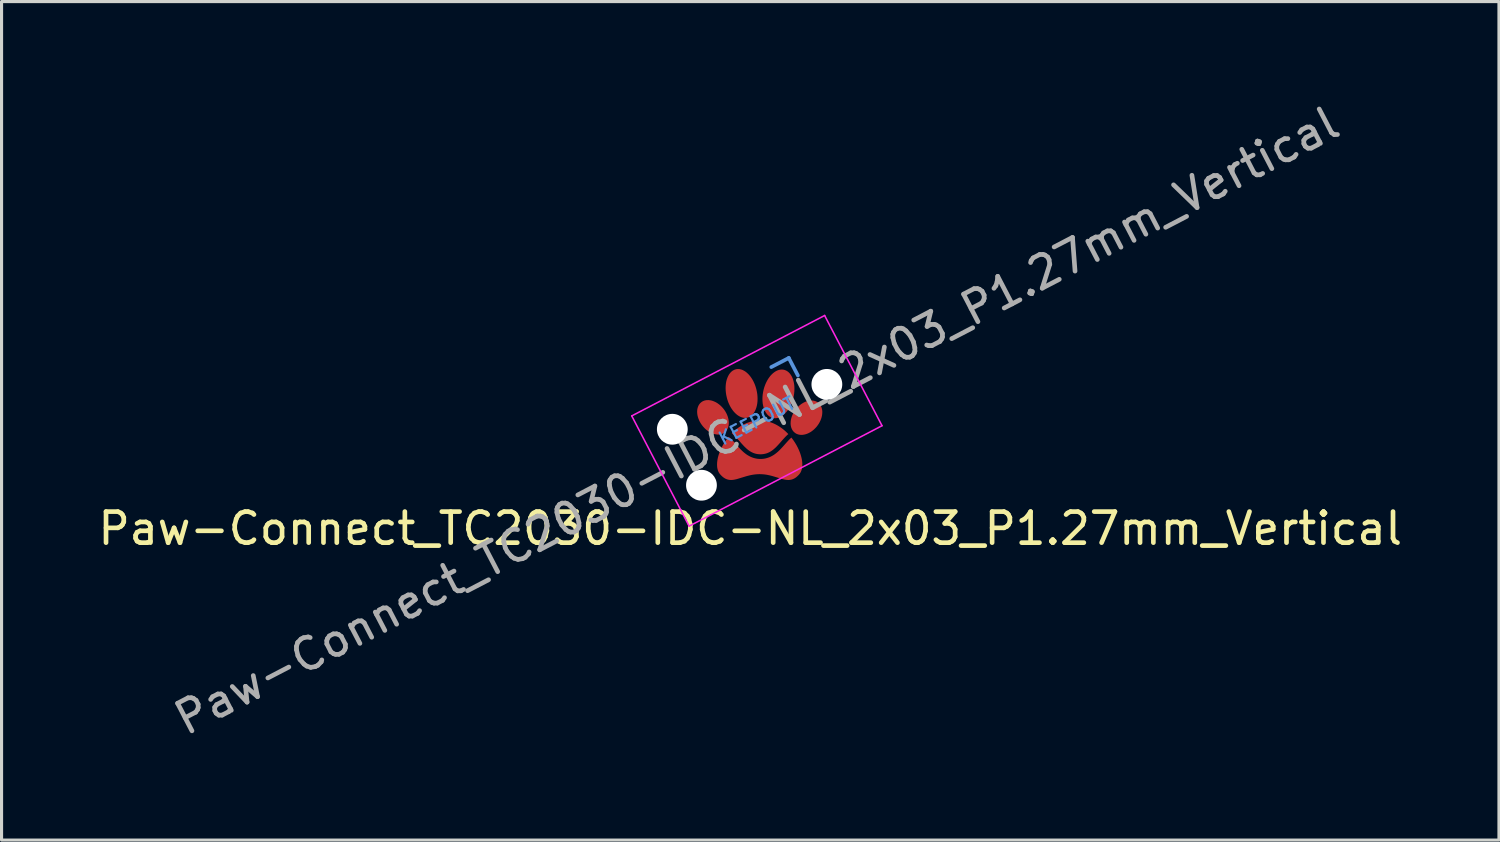
<source format=kicad_pcb>
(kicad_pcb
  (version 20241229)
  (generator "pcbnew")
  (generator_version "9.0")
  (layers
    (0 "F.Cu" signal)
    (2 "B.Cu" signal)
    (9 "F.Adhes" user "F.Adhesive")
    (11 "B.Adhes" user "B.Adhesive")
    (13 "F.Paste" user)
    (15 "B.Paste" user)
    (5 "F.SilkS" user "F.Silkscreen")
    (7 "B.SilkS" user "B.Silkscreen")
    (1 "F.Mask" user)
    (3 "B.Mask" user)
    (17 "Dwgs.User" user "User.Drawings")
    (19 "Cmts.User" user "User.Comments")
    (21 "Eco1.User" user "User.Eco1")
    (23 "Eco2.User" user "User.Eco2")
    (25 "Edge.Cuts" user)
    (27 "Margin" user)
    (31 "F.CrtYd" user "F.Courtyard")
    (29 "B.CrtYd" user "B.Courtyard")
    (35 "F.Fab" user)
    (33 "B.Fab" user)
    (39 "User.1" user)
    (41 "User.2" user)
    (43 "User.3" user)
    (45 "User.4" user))
  (footprint "Paw-Connect_TC2030-IDC-NL_2x03_P1.27mm_Vertical"
    (layer "F.Cu")
    (at 21.081 10.953)
    (property "Reference" "Paw-Connect_TC2030-IDC-NL_2x03_P1.27mm_Vertical" (at 0.02 3.01 0) (layer "F.SilkS") (effects (font (size 1 1) (thickness 0.15))))
    (attr exclude_from_pos_files exclude_from_bom)
    (fp_poly (pts (xy 0.391 -0.466) (xy 0.457 -0.459) (xy 0.522 -0.449) (xy 0.586 -0.435) (xy 0.649 -0.418) (xy 0.711 -0.397) (xy 0.771 -0.372) (xy 0.83 -0.344) (xy 0.888 -0.314) (xy 0.944 -0.28) (xy 0.998 -0.244) (xy 1.051 -0.206) (xy 1.102 -0.165) (xy 1.152 -0.122) (xy 1.199 -0.077) (xy 1.245 -0.03) (xy 1.219 -0.007) (xy 1.193 0.017) (xy 1.168 0.042) (xy 1.143 0.068) (xy 1.095 0.12) (xy 1.048 0.173) (xy 0.955 0.278) (xy 0.909 0.329) (xy 0.885 0.354) (xy 0.861 0.378) (xy 0.835 0.404) (xy 0.808 0.429) (xy 0.781 0.453) (xy 0.753 0.475) (xy 0.725 0.496) (xy 0.697 0.516) (xy 0.667 0.535) (xy 0.636 0.552) (xy 0.605 0.567) (xy 0.573 0.58) (xy 0.539 0.592) (xy 0.504 0.602) (xy 0.468 0.61) (xy 0.43 0.616) (xy 0.391 0.619) (xy 0.35 0.621) (xy 0.329 0.62) (xy 0.309 0.619) (xy 0.289 0.618) (xy 0.269 0.616) (xy 0.25 0.613) (xy 0.232 0.61) (xy 0.195 0.602) (xy 0.16 0.592) (xy 0.127 0.58) (xy 0.094 0.567) (xy 0.063 0.552) (xy 0.032 0.535) (xy 0.003 0.516) (xy -0.026 0.496) (xy -0.054 0.475) (xy -0.082 0.453) (xy -0.109 0.429) (xy -0.136 0.404) (xy -0.162 0.378) (xy -0.188 0.353) (xy -0.213 0.326) (xy -0.262 0.271) (xy -0.361 0.158) (xy -0.411 0.102) (xy -0.437 0.074) (xy -0.463 0.047) (xy -0.49 0.021) (xy -0.518 -0.005) (xy -0.546 -0.03) (xy -0.575 -0.055) (xy -0.529 -0.099) (xy -0.482 -0.142) (xy -0.434 -0.182) (xy -0.384 -0.221) (xy -0.332 -0.257) (xy -0.279 -0.291) (xy -0.224 -0.323) (xy -0.168 -0.352) (xy -0.111 -0.378) (xy -0.052 -0.401) (xy 0.008 -0.421) (xy 0.069 -0.437) (xy 0.131 -0.451) (xy 0.194 -0.46) (xy 0.258 -0.466) (xy 0.323 -0.468)) (stroke (width 0) (type solid)) (fill yes) (layer "F.Mask"))
    (fp_poly (pts (xy -0.356 -2.123) (xy -0.331 -2.121) (xy -0.306 -2.117) (xy -0.281 -2.111) (xy -0.256 -2.103) (xy -0.231 -2.094) (xy -0.206 -2.082) (xy -0.181 -2.069) (xy -0.157 -2.055) (xy -0.133 -2.038) (xy -0.109 -2.02) (xy -0.085 -2.001) (xy -0.062 -1.98) (xy -0.04 -1.958) (xy -0.018 -1.934) (xy 0.004 -1.908) (xy 0.025 -1.882) (xy 0.045 -1.854) (xy 0.065 -1.825) (xy 0.084 -1.794) (xy 0.102 -1.763) (xy 0.12 -1.73) (xy 0.136 -1.696) (xy 0.152 -1.661) (xy 0.167 -1.625) (xy 0.181 -1.588) (xy 0.194 -1.55) (xy 0.205 -1.511) (xy 0.216 -1.472) (xy 0.234 -1.392) (xy 0.246 -1.313) (xy 0.253 -1.236) (xy 0.255 -1.16) (xy 0.253 -1.087) (xy 0.245 -1.016) (xy 0.233 -0.949) (xy 0.216 -0.885) (xy 0.195 -0.825) (xy 0.17 -0.771) (xy 0.141 -0.721) (xy 0.107 -0.676) (xy 0.089 -0.656) (xy 0.07 -0.638) (xy 0.05 -0.621) (xy 0.03 -0.606) (xy 0.008 -0.593) (xy -0.015 -0.581) (xy -0.038 -0.571) (xy -0.062 -0.563) (xy -0.087 -0.557) (xy -0.112 -0.554) (xy -0.137 -0.552) (xy -0.162 -0.552) (xy -0.187 -0.554) (xy -0.212 -0.558) (xy -0.238 -0.564) (xy -0.263 -0.572) (xy -0.288 -0.581) (xy -0.313 -0.593) (xy -0.337 -0.606) (xy -0.362 -0.62) (xy -0.386 -0.637) (xy -0.409 -0.655) (xy -0.433 -0.674) (xy -0.456 -0.695) (xy -0.478 -0.718) (xy -0.501 -0.742) (xy -0.522 -0.767) (xy -0.543 -0.793) (xy -0.563 -0.821) (xy -0.583 -0.851) (xy -0.602 -0.881) (xy -0.62 -0.913) (xy -0.638 -0.945) (xy -0.654 -0.979) (xy -0.67 -1.014) (xy -0.685 -1.05) (xy -0.699 -1.087) (xy -0.712 -1.125) (xy -0.724 -1.164) (xy -0.734 -1.203) (xy -0.752 -1.283) (xy -0.764 -1.362) (xy -0.772 -1.44) (xy -0.774 -1.515) (xy -0.771 -1.589) (xy -0.763 -1.659) (xy -0.751 -1.727) (xy -0.734 -1.79) (xy -0.713 -1.85) (xy -0.688 -1.905) (xy -0.659 -1.955) (xy -0.626 -1.999) (xy -0.607 -2.019) (xy -0.588 -2.037) (xy -0.569 -2.054) (xy -0.548 -2.069) (xy -0.526 -2.083) (xy -0.504 -2.094) (xy -0.48 -2.104) (xy -0.456 -2.112) (xy -0.431 -2.118) (xy -0.406 -2.122) (xy -0.381 -2.123)) (stroke (width 0) (type solid)) (fill yes) (layer "F.Mask"))
    (fp_poly (pts (xy 1.052 -2.107) (xy 1.077 -2.104) (xy 1.102 -2.1) (xy 1.126 -2.094) (xy 1.151 -2.085) (xy 1.174 -2.075) (xy 1.196 -2.063) (xy 1.218 -2.049) (xy 1.239 -2.033) (xy 1.259 -2.016) (xy 1.277 -1.997) (xy 1.295 -1.977) (xy 1.329 -1.931) (xy 1.358 -1.881) (xy 1.383 -1.825) (xy 1.404 -1.765) (xy 1.42 -1.701) (xy 1.432 -1.634) (xy 1.439 -1.563) (xy 1.442 -1.49) (xy 1.44 -1.414) (xy 1.432 -1.337) (xy 1.42 -1.258) (xy 1.402 -1.179) (xy 1.391 -1.139) (xy 1.379 -1.101) (xy 1.366 -1.063) (xy 1.352 -1.026) (xy 1.337 -0.991) (xy 1.321 -0.956) (xy 1.304 -0.923) (xy 1.287 -0.89) (xy 1.268 -0.859) (xy 1.249 -0.829) (xy 1.23 -0.801) (xy 1.209 -0.773) (xy 1.188 -0.747) (xy 1.167 -0.722) (xy 1.144 -0.699) (xy 1.122 -0.677) (xy 1.099 -0.656) (xy 1.075 -0.638) (xy 1.051 -0.62) (xy 1.027 -0.604) (xy 1.003 -0.59) (xy 0.978 -0.578) (xy 0.953 -0.567) (xy 0.928 -0.558) (xy 0.903 -0.551) (xy 0.878 -0.546) (xy 0.853 -0.542) (xy 0.827 -0.54) (xy 0.802 -0.541) (xy 0.777 -0.543) (xy 0.752 -0.548) (xy 0.728 -0.554) (xy 0.703 -0.563) (xy 0.68 -0.573) (xy 0.658 -0.585) (xy 0.636 -0.599) (xy 0.615 -0.615) (xy 0.595 -0.632) (xy 0.576 -0.651) (xy 0.558 -0.671) (xy 0.525 -0.716) (xy 0.496 -0.767) (xy 0.471 -0.822) (xy 0.45 -0.882) (xy 0.434 -0.946) (xy 0.422 -1.014) (xy 0.414 -1.085) (xy 0.412 -1.158) (xy 0.414 -1.234) (xy 0.422 -1.311) (xy 0.434 -1.39) (xy 0.452 -1.469) (xy 0.452 -1.469) (xy 0.463 -1.508) (xy 0.475 -1.547) (xy 0.488 -1.585) (xy 0.502 -1.621) (xy 0.517 -1.657) (xy 0.533 -1.691) (xy 0.55 -1.725) (xy 0.567 -1.757) (xy 0.585 -1.788) (xy 0.605 -1.818) (xy 0.624 -1.847) (xy 0.645 -1.875) (xy 0.666 -1.901) (xy 0.687 -1.926) (xy 0.71 -1.949) (xy 0.732 -1.971) (xy 0.755 -1.991) (xy 0.779 -2.01) (xy 0.803 -2.028) (xy 0.827 -2.043) (xy 0.851 -2.057) (xy 0.876 -2.07) (xy 0.901 -2.081) (xy 0.926 -2.09) (xy 0.951 -2.097) (xy 0.976 -2.102) (xy 1.001 -2.106) (xy 1.027 -2.107)) (stroke (width 0) (type solid)) (fill yes) (layer "F.Mask"))
    (fp_poly (pts (xy -1.33 -1.124) (xy -1.307 -1.122) (xy -1.283 -1.12) (xy -1.259 -1.116) (xy -1.234 -1.11) (xy -1.21 -1.104) (xy -1.185 -1.096) (xy -1.161 -1.087) (xy -1.136 -1.077) (xy -1.112 -1.066) (xy -1.087 -1.053) (xy -1.063 -1.039) (xy -1.039 -1.024) (xy -1.015 -1.008) (xy -0.991 -0.991) (xy -0.968 -0.972) (xy -0.945 -0.953) (xy -0.922 -0.932) (xy -0.9 -0.91) (xy -0.857 -0.863) (xy -0.819 -0.814) (xy -0.786 -0.764) (xy -0.756 -0.713) (xy -0.73 -0.66) (xy -0.709 -0.607) (xy -0.693 -0.554) (xy -0.681 -0.501) (xy -0.673 -0.448) (xy -0.67 -0.397) (xy -0.67 -0.372) (xy -0.672 -0.347) (xy -0.675 -0.322) (xy -0.679 -0.299) (xy -0.684 -0.275) (xy -0.69 -0.253) (xy -0.698 -0.231) (xy -0.706 -0.209) (xy -0.716 -0.189) (xy -0.728 -0.169) (xy -0.74 -0.15) (xy -0.754 -0.132) (xy -0.769 -0.115) (xy -0.785 -0.099) (xy -0.802 -0.085) (xy -0.819 -0.072) (xy -0.838 -0.061) (xy -0.857 -0.05) (xy -0.876 -0.042) (xy -0.897 -0.034) (xy -0.918 -0.028) (xy -0.939 -0.023) (xy -0.961 -0.019) (xy -0.984 -0.017) (xy -1.007 -0.015) (xy -1.03 -0.016) (xy -1.053 -0.017) (xy -1.077 -0.02) (xy -1.101 -0.024) (xy -1.125 -0.029) (xy -1.15 -0.035) (xy -1.174 -0.043) (xy -1.199 -0.052) (xy -1.224 -0.062) (xy -1.248 -0.073) (xy -1.273 -0.086) (xy -1.297 -0.1) (xy -1.321 -0.115) (xy -1.345 -0.131) (xy -1.369 -0.148) (xy -1.392 -0.167) (xy -1.415 -0.187) (xy -1.438 -0.208) (xy -1.46 -0.23) (xy -1.502 -0.276) (xy -1.54 -0.325) (xy -1.574 -0.375) (xy -1.604 -0.427) (xy -1.629 -0.479) (xy -1.65 -0.532) (xy -1.667 -0.586) (xy -1.679 -0.639) (xy -1.687 -0.691) (xy -1.69 -0.743) (xy -1.689 -0.768) (xy -1.688 -0.793) (xy -1.685 -0.817) (xy -1.681 -0.841) (xy -1.676 -0.864) (xy -1.67 -0.887) (xy -1.662 -0.909) (xy -1.653 -0.93) (xy -1.643 -0.951) (xy -1.632 -0.97) (xy -1.62 -0.989) (xy -1.606 -1.007) (xy -1.591 -1.024) (xy -1.575 -1.04) (xy -1.558 -1.054) (xy -1.54 -1.067) (xy -1.522 -1.079) (xy -1.503 -1.089) (xy -1.483 -1.098) (xy -1.463 -1.105) (xy -1.442 -1.112) (xy -1.421 -1.117) (xy -1.399 -1.12) (xy -1.376 -1.123) (xy -1.353 -1.124)) (stroke (width 0) (type solid)) (fill yes) (layer "F.Mask"))
    (fp_poly (pts (xy 2.003 -1.11) (xy 2.026 -1.109) (xy 2.048 -1.107) (xy 2.07 -1.103) (xy 2.092 -1.097) (xy 2.113 -1.091) (xy 2.133 -1.083) (xy 2.153 -1.074) (xy 2.172 -1.064) (xy 2.19 -1.052) (xy 2.208 -1.039) (xy 2.224 -1.025) (xy 2.24 -1.009) (xy 2.255 -0.992) (xy 2.269 -0.974) (xy 2.282 -0.955) (xy 2.293 -0.935) (xy 2.303 -0.914) (xy 2.312 -0.893) (xy 2.319 -0.871) (xy 2.326 -0.848) (xy 2.331 -0.825) (xy 2.335 -0.801) (xy 2.337 -0.776) (xy 2.339 -0.752) (xy 2.339 -0.726) (xy 2.336 -0.675) (xy 2.328 -0.623) (xy 2.316 -0.57) (xy 2.299 -0.517) (xy 2.278 -0.464) (xy 2.253 -0.411) (xy 2.223 -0.36) (xy 2.189 -0.31) (xy 2.151 -0.262) (xy 2.109 -0.215) (xy 2.087 -0.194) (xy 2.064 -0.173) (xy 2.041 -0.153) (xy 2.017 -0.135) (xy 1.994 -0.118) (xy 1.97 -0.102) (xy 1.945 -0.087) (xy 1.921 -0.073) (xy 1.897 -0.061) (xy 1.872 -0.05) (xy 1.847 -0.04) (xy 1.823 -0.031) (xy 1.798 -0.024) (xy 1.774 -0.017) (xy 1.75 -0.012) (xy 1.726 -0.009) (xy 1.702 -0.006) (xy 1.678 -0.005) (xy 1.655 -0.005) (xy 1.632 -0.006) (xy 1.61 -0.009) (xy 1.588 -0.013) (xy 1.566 -0.018) (xy 1.545 -0.024) (xy 1.525 -0.032) (xy 1.505 -0.041) (xy 1.486 -0.051) (xy 1.468 -0.063) (xy 1.45 -0.076) (xy 1.434 -0.091) (xy 1.418 -0.106) (xy 1.403 -0.123) (xy 1.389 -0.141) (xy 1.376 -0.161) (xy 1.365 -0.18) (xy 1.355 -0.201) (xy 1.346 -0.222) (xy 1.339 -0.245) (xy 1.332 -0.267) (xy 1.327 -0.291) (xy 1.323 -0.314) (xy 1.321 -0.339) (xy 1.319 -0.364) (xy 1.319 -0.389) (xy 1.322 -0.44) (xy 1.33 -0.492) (xy 1.342 -0.545) (xy 1.359 -0.599) (xy 1.38 -0.651) (xy 1.405 -0.704) (xy 1.435 -0.755) (xy 1.469 -0.805) (xy 1.507 -0.854) (xy 1.549 -0.9) (xy 1.571 -0.922) (xy 1.594 -0.942) (xy 1.617 -0.962) (xy 1.641 -0.98) (xy 1.664 -0.998) (xy 1.688 -1.014) (xy 1.713 -1.028) (xy 1.737 -1.042) (xy 1.761 -1.054) (xy 1.786 -1.066) (xy 1.811 -1.075) (xy 1.835 -1.084) (xy 1.86 -1.092) (xy 1.884 -1.098) (xy 1.908 -1.103) (xy 1.932 -1.107) (xy 1.956 -1.109) (xy 1.98 -1.11)) (stroke (width 0) (type solid)) (fill yes) (layer "F.Mask"))
    (fp_poly (pts (xy -0.65 0.078) (xy -0.625 0.1) (xy -0.6 0.123) (xy -0.576 0.148) (xy -0.527 0.2) (xy -0.477 0.254) (xy -0.376 0.369) (xy -0.323 0.427) (xy -0.296 0.455) (xy -0.268 0.484) (xy -0.239 0.512) (xy -0.208 0.54) (xy -0.177 0.567) (xy -0.145 0.593) (xy -0.111 0.618) (xy -0.076 0.641) (xy -0.04 0.664) (xy -0.003 0.684) (xy 0.036 0.703) (xy 0.076 0.72) (xy 0.118 0.735) (xy 0.161 0.747) (xy 0.206 0.757) (xy 0.252 0.765) (xy 0.3 0.769) (xy 0.35 0.771) (xy 0.375 0.771) (xy 0.4 0.769) (xy 0.424 0.767) (xy 0.448 0.765) (xy 0.471 0.761) (xy 0.494 0.757) (xy 0.516 0.752) (xy 0.539 0.747) (xy 0.582 0.735) (xy 0.623 0.72) (xy 0.663 0.703) (xy 0.702 0.684) (xy 0.739 0.664) (xy 0.775 0.641) (xy 0.81 0.618) (xy 0.844 0.593) (xy 0.876 0.567) (xy 0.907 0.54) (xy 0.938 0.512) (xy 0.967 0.484) (xy 0.993 0.458) (xy 1.018 0.431) (xy 1.067 0.378) (xy 1.161 0.272) (xy 1.207 0.22) (xy 1.252 0.171) (xy 1.275 0.148) (xy 1.298 0.125) (xy 1.32 0.103) (xy 1.343 0.083) (xy 1.403 0.161) (xy 1.457 0.241) (xy 1.506 0.323) (xy 1.55 0.406) (xy 1.589 0.49) (xy 1.622 0.573) (xy 1.649 0.655) (xy 1.67 0.736) (xy 1.685 0.815) (xy 1.694 0.891) (xy 1.696 0.928) (xy 1.696 0.964) (xy 1.694 0.999) (xy 1.691 1.033) (xy 1.686 1.066) (xy 1.679 1.098) (xy 1.671 1.129) (xy 1.661 1.158) (xy 1.648 1.186) (xy 1.634 1.212) (xy 1.618 1.237) (xy 1.6 1.26) (xy 1.567 1.297) (xy 1.535 1.329) (xy 1.502 1.356) (xy 1.469 1.38) (xy 1.437 1.4) (xy 1.404 1.416) (xy 1.371 1.428) (xy 1.338 1.437) (xy 1.305 1.443) (xy 1.272 1.447) (xy 1.238 1.447) (xy 1.204 1.446) (xy 1.169 1.442) (xy 1.134 1.436) (xy 1.062 1.42) (xy 0.741 1.323) (xy 0.65 1.3) (xy 0.553 1.28) (xy 0.503 1.273) (xy 0.452 1.267) (xy 0.398 1.263) (xy 0.344 1.26) (xy 0.304 1.26) (xy 0.249 1.263) (xy 0.196 1.267) (xy 0.144 1.273) (xy 0.094 1.28) (xy 0.045 1.289) (xy -0.002 1.3) (xy -0.093 1.323) (xy -0.415 1.42) (xy -0.487 1.436) (xy -0.522 1.442) (xy -0.557 1.446) (xy -0.591 1.447) (xy -0.625 1.447) (xy -0.658 1.443) (xy -0.692 1.437) (xy -0.725 1.428) (xy -0.757 1.416) (xy -0.79 1.4) (xy -0.822 1.38) (xy -0.855 1.356) (xy -0.888 1.329) (xy -0.921 1.297) (xy -0.954 1.26) (xy -0.972 1.236) (xy -0.988 1.211) (xy -1.002 1.184) (xy -1.015 1.156) (xy -1.025 1.126) (xy -1.034 1.094) (xy -1.04 1.062) (xy -1.045 1.028) (xy -1.049 0.957) (xy -1.046 0.882) (xy -1.037 0.804) (xy -1.02 0.723) (xy -0.997 0.64) (xy -0.968 0.555) (xy -0.933 0.47) (xy -0.893 0.385) (xy -0.846 0.301) (xy -0.794 0.217) (xy -0.737 0.136) (xy -0.676 0.057)) (stroke (width 0) (type solid)) (fill yes) (layer "F.Mask"))
    (fp_line (start 0.697 -2.187) (end 1.26 -2.48) (stroke (width 0.12) (type solid)) (layer "Cmts.User"))
    (fp_line (start 1.26 -2.48) (end 1.553 -1.917) (stroke (width 0.12) (type solid)) (layer "Cmts.User"))
    (fp_line (start -3.795 -0.615) (end 2.414 -3.847) (stroke (width 0.05) (type solid)) (layer "F.CrtYd"))
    (fp_line (start -1.948 2.933) (end -3.795 -0.615) (stroke (width 0.05) (type solid)) (layer "F.CrtYd"))
    (fp_line (start 2.414 -3.847) (end 4.261 -0.299) (stroke (width 0.05) (type solid)) (layer "F.CrtYd"))
    (fp_line (start 4.261 -0.299) (end -1.948 2.933) (stroke (width 0.05) (type solid)) (layer "F.CrtYd"))
    (fp_text user "KEEPOUT" (at 0.233 -0.457 207.5) (layer "Cmts.User") (effects (font (size 0.4 0.4) (thickness 0.07))))
    (fp_text user "${REFERENCE}" (at 0.233 -0.457 207.5) (layer "F.Fab") (effects (font (size 1 1) (thickness 0.15))))
    (pad "" np_thru_hole circle (at -2.489 -0.185 207.5) (size 0.991 0.991) (drill 0.991) (layers "*.Cu" "*.Mask"))
    (pad "" np_thru_hole circle (at -1.551 1.617 207.5) (size 0.991 0.991) (drill 0.991) (layers "*.Cu" "*.Mask"))
    (pad "" np_thru_hole circle (at 2.486 -1.63 207.5) (size 0.991 0.991) (drill 0.991) (layers "*.Cu" "*.Mask"))
    (pad "1" connect custom (at 0.93 -1.28 207.5) (size 0.787 0.787) (layers "F.Cu" "F.Mask") (options (anchor circle)) (primitives (gr_poly (pts (xy -0.49 0.677) (xy -0.511 0.664) (xy -0.531 0.648) (xy -0.55 0.631) (xy -0.567 0.612) (xy -0.583 0.592) (xy -0.598 0.571) (xy -0.61 0.549) (xy -0.622 0.525) (xy -0.631 0.501) (xy -0.639 0.475) (xy -0.646 0.449) (xy -0.654 0.394) (xy -0.657 0.336) (xy -0.654 0.275) (xy -0.644 0.212) (xy -0.629 0.147) (xy -0.609 0.082) (xy -0.583 0.016) (xy -0.551 -0.05) (xy -0.514 -0.116) (xy -0.472 -0.182) (xy -0.424 -0.246) (xy -0.372 -0.308) (xy -0.344 -0.338) (xy -0.315 -0.366) (xy -0.286 -0.394) (xy -0.257 -0.42) (xy -0.227 -0.444) (xy -0.197 -0.468) (xy -0.167 -0.49) (xy -0.137 -0.51) (xy -0.106 -0.53) (xy -0.075 -0.547) (xy -0.044 -0.564) (xy -0.014 -0.579) (xy 0.017 -0.592) (xy 0.048 -0.604) (xy 0.078 -0.615) (xy 0.108 -0.623) (xy 0.138 -0.631) (xy 0.168 -0.637) (xy 0.197 -0.641) (xy 0.226 -0.644) (xy 0.254 -0.645) (xy 0.282 -0.645) (xy 0.309 -0.643) (xy 0.335 -0.639) (xy 0.361 -0.634) (xy 0.385 -0.627) (xy 0.409 -0.619) (xy 0.433 -0.609) (xy 0.455 -0.597) (xy 0.476 -0.583) (xy 0.496 -0.568) (xy 0.515 -0.55) (xy 0.532 -0.532) (xy 0.548 -0.512) (xy 0.562 -0.491) (xy 0.575 -0.468) (xy 0.586 -0.445) (xy 0.596 -0.42) (xy 0.604 -0.395) (xy 0.611 -0.369) (xy 0.619 -0.313) (xy 0.622 -0.255) (xy 0.618 -0.194) (xy 0.609 -0.131) (xy 0.594 -0.067) (xy 0.574 -0.001) (xy 0.547 0.065) (xy 0.516 0.131) (xy 0.479 0.197) (xy 0.437 0.262) (xy 0.389 0.326) (xy 0.337 0.388) (xy 0.337 0.388) (xy 0.309 0.418) (xy 0.28 0.447) (xy 0.251 0.474) (xy 0.222 0.5) (xy 0.192 0.525) (xy 0.162 0.548) (xy 0.132 0.57) (xy 0.101 0.591) (xy 0.071 0.61) (xy 0.04 0.628) (xy 0.009 0.644) (xy -0.022 0.659) (xy -0.052 0.673) (xy -0.083 0.685) (xy -0.113 0.695) (xy -0.144 0.704) (xy -0.173 0.712) (xy -0.203 0.717) (xy -0.232 0.722) (xy -0.261 0.725) (xy -0.289 0.726) (xy -0.317 0.726) (xy -0.344 0.724) (xy -0.37 0.72) (xy -0.396 0.715) (xy -0.421 0.708) (xy -0.445 0.699) (xy -0.468 0.689)) (width 0) (fill yes))))
    (pad "2" connect custom (at 1.82 -0.56 207.5) (size 0.787 0.787) (layers "F.Cu" "F.Mask") (options (anchor circle)) (primitives (gr_poly (pts (xy -0.416 0.404) (xy -0.436 0.392) (xy -0.455 0.379) (xy -0.473 0.366) (xy -0.489 0.351) (xy -0.505 0.336) (xy -0.519 0.32) (xy -0.533 0.302) (xy -0.545 0.284) (xy -0.555 0.266) (xy -0.565 0.246) (xy -0.573 0.225) (xy -0.58 0.204) (xy -0.585 0.182) (xy -0.589 0.16) (xy -0.592 0.137) (xy -0.593 0.114) (xy -0.592 0.091) (xy -0.59 0.068) (xy -0.586 0.045) (xy -0.581 0.022) (xy -0.575 -0.001) (xy -0.568 -0.024) (xy -0.559 -0.047) (xy -0.549 -0.07) (xy -0.537 -0.092) (xy -0.511 -0.136) (xy -0.48 -0.179) (xy -0.445 -0.22) (xy -0.405 -0.26) (xy -0.362 -0.297) (xy -0.315 -0.332) (xy -0.265 -0.364) (xy -0.212 -0.392) (xy -0.156 -0.418) (xy -0.097 -0.439) (xy -0.067 -0.448) (xy -0.038 -0.456) (xy -0.008 -0.463) (xy 0.021 -0.468) (xy 0.05 -0.473) (xy 0.079 -0.476) (xy 0.107 -0.478) (xy 0.135 -0.478) (xy 0.163 -0.478) (xy 0.189 -0.477) (xy 0.216 -0.474) (xy 0.242 -0.471) (xy 0.267 -0.466) (xy 0.291 -0.46) (xy 0.315 -0.453) (xy 0.338 -0.446) (xy 0.361 -0.437) (xy 0.382 -0.427) (xy 0.403 -0.416) (xy 0.422 -0.405) (xy 0.441 -0.392) (xy 0.459 -0.378) (xy 0.475 -0.364) (xy 0.491 -0.348) (xy 0.506 -0.332) (xy 0.519 -0.315) (xy 0.531 -0.297) (xy 0.542 -0.278) (xy 0.551 -0.258) (xy 0.559 -0.238) (xy 0.566 -0.217) (xy 0.572 -0.195) (xy 0.576 -0.172) (xy 0.578 -0.15) (xy 0.579 -0.127) (xy 0.578 -0.104) (xy 0.576 -0.081) (xy 0.573 -0.058) (xy 0.568 -0.034) (xy 0.561 -0.011) (xy 0.554 0.011) (xy 0.545 0.034) (xy 0.535 0.057) (xy 0.523 0.079) (xy 0.497 0.124) (xy 0.466 0.167) (xy 0.431 0.208) (xy 0.392 0.247) (xy 0.348 0.284) (xy 0.302 0.319) (xy 0.251 0.351) (xy 0.198 0.38) (xy 0.142 0.405) (xy 0.083 0.427) (xy 0.054 0.436) (xy 0.024 0.444) (xy -0.006 0.45) (xy -0.035 0.456) (xy -0.064 0.46) (xy -0.093 0.463) (xy -0.121 0.465) (xy -0.149 0.466) (xy -0.176 0.466) (xy -0.203 0.464) (xy -0.23 0.462) (xy -0.255 0.458) (xy -0.281 0.453) (xy -0.305 0.448) (xy -0.329 0.441) (xy -0.352 0.433) (xy -0.374 0.424) (xy -0.396 0.414)) (width 0) (fill yes))))
    (pad "3" connect custom (at -0.27 -1.3 207.5) (size 0.787 0.787) (layers "F.Cu" "F.Mask") (options (anchor circle)) (primitives (gr_poly (pts (xy -0.304 0.77) (xy -0.325 0.757) (xy -0.345 0.741) (xy -0.365 0.724) (xy -0.384 0.706) (xy -0.402 0.686) (xy -0.418 0.664) (xy -0.434 0.641) (xy -0.449 0.617) (xy -0.463 0.592) (xy -0.476 0.565) (xy -0.487 0.537) (xy -0.498 0.507) (xy -0.508 0.477) (xy -0.516 0.446) (xy -0.524 0.413) (xy -0.53 0.38) (xy -0.535 0.346) (xy -0.539 0.311) (xy -0.542 0.275) (xy -0.544 0.239) (xy -0.544 0.201) (xy -0.543 0.164) (xy -0.541 0.125) (xy -0.538 0.087) (xy -0.533 0.048) (xy -0.527 0.008) (xy -0.519 -0.032) (xy -0.511 -0.072) (xy -0.489 -0.151) (xy -0.464 -0.227) (xy -0.434 -0.299) (xy -0.401 -0.367) (xy -0.365 -0.431) (xy -0.326 -0.49) (xy -0.284 -0.544) (xy -0.24 -0.593) (xy -0.193 -0.636) (xy -0.146 -0.673) (xy -0.097 -0.703) (xy -0.047 -0.727) (xy -0.021 -0.737) (xy 0.004 -0.744) (xy 0.029 -0.75) (xy 0.055 -0.754) (xy 0.08 -0.756) (xy 0.106 -0.756) (xy 0.131 -0.754) (xy 0.156 -0.749) (xy 0.181 -0.743) (xy 0.204 -0.735) (xy 0.227 -0.725) (xy 0.25 -0.713) (xy 0.271 -0.7) (xy 0.291 -0.685) (xy 0.311 -0.668) (xy 0.33 -0.649) (xy 0.347 -0.629) (xy 0.364 -0.608) (xy 0.38 -0.585) (xy 0.395 -0.56) (xy 0.409 -0.535) (xy 0.422 -0.508) (xy 0.433 -0.48) (xy 0.444 -0.451) (xy 0.454 -0.42) (xy 0.462 -0.389) (xy 0.47 -0.357) (xy 0.476 -0.323) (xy 0.481 -0.289) (xy 0.485 -0.254) (xy 0.488 -0.218) (xy 0.49 -0.182) (xy 0.49 -0.145) (xy 0.489 -0.107) (xy 0.487 -0.069) (xy 0.484 -0.03) (xy 0.479 0.009) (xy 0.473 0.049) (xy 0.465 0.089) (xy 0.456 0.129) (xy 0.435 0.208) (xy 0.41 0.283) (xy 0.38 0.356) (xy 0.347 0.424) (xy 0.311 0.487) (xy 0.272 0.546) (xy 0.23 0.601) (xy 0.186 0.649) (xy 0.139 0.692) (xy 0.092 0.729) (xy 0.043 0.76) (xy -0.007 0.784) (xy -0.033 0.793) (xy -0.058 0.801) (xy -0.083 0.807) (xy -0.109 0.811) (xy -0.134 0.812) (xy -0.16 0.812) (xy -0.185 0.81) (xy -0.21 0.806) (xy -0.235 0.8) (xy -0.258 0.792) (xy -0.281 0.782)) (width 0) (fill yes))))
    (pad "4" connect custom (at 0.34 0.04 207.5) (size 0.787 0.787) (layers "F.Cu" "F.Mask") (options (anchor circle)) (primitives (gr_poly (pts (xy -0.278 0.425) (xy -0.334 0.389) (xy -0.388 0.35) (xy -0.438 0.308) (xy -0.486 0.263) (xy -0.53 0.216) (xy -0.573 0.166) (xy -0.612 0.115) (xy -0.649 0.061) (xy -0.683 0.005) (xy -0.715 -0.052) (xy -0.744 -0.11) (xy -0.771 -0.17) (xy -0.795 -0.231) (xy -0.816 -0.293) (xy -0.836 -0.356) (xy -0.801 -0.364) (xy -0.767 -0.374) (xy -0.733 -0.384) (xy -0.7 -0.395) (xy -0.633 -0.419) (xy -0.566 -0.444) (xy -0.436 -0.495) (xy -0.371 -0.519) (xy -0.338 -0.53) (xy -0.306 -0.541) (xy -0.271 -0.551) (xy -0.236 -0.561) (xy -0.201 -0.57) (xy -0.166 -0.577) (xy -0.131 -0.583) (xy -0.096 -0.587) (xy -0.062 -0.59) (xy -0.027 -0.591) (xy 0.008 -0.59) (xy 0.043 -0.587) (xy 0.079 -0.582) (xy 0.114 -0.574) (xy 0.15 -0.564) (xy 0.186 -0.552) (xy 0.223 -0.537) (xy 0.26 -0.52) (xy 0.278 -0.51) (xy 0.295 -0.499) (xy 0.312 -0.489) (xy 0.328 -0.478) (xy 0.344 -0.467) (xy 0.359 -0.456) (xy 0.388 -0.432) (xy 0.414 -0.407) (xy 0.439 -0.381) (xy 0.461 -0.354) (xy 0.482 -0.326) (xy 0.501 -0.297) (xy 0.519 -0.267) (xy 0.536 -0.236) (xy 0.551 -0.204) (xy 0.565 -0.171) (xy 0.578 -0.138) (xy 0.59 -0.103) (xy 0.602 -0.068) (xy 0.612 -0.034) (xy 0.622 0.001) (xy 0.641 0.073) (xy 0.676 0.219) (xy 0.695 0.292) (xy 0.705 0.328) (xy 0.716 0.365) (xy 0.727 0.401) (xy 0.74 0.436) (xy 0.753 0.472) (xy 0.768 0.506) (xy 0.707 0.525) (xy 0.646 0.541) (xy 0.584 0.554) (xy 0.521 0.566) (xy 0.459 0.574) (xy 0.396 0.58) (xy 0.333 0.582) (xy 0.27 0.582) (xy 0.207 0.579) (xy 0.144 0.572) (xy 0.082 0.562) (xy 0.02 0.549) (xy -0.041 0.532) (xy -0.101 0.511) (xy -0.161 0.486) (xy -0.22 0.458)) (width 0) (fill yes))))
    (pad "5" connect custom (at -1.18 -0.58 207.5) (size 0.787 0.787) (layers "F.Cu" "F.Mask") (options (anchor circle)) (primitives (gr_poly (pts (xy -0.118 0.552) (xy -0.138 0.539) (xy -0.158 0.526) (xy -0.178 0.511) (xy -0.197 0.496) (xy -0.215 0.479) (xy -0.234 0.46) (xy -0.251 0.441) (xy -0.268 0.421) (xy -0.285 0.399) (xy -0.301 0.377) (xy -0.316 0.354) (xy -0.331 0.329) (xy -0.344 0.304) (xy -0.357 0.277) (xy -0.37 0.25) (xy -0.381 0.222) (xy -0.391 0.193) (xy -0.401 0.163) (xy -0.417 0.102) (xy -0.428 0.042) (xy -0.435 -0.019) (xy -0.437 -0.078) (xy -0.436 -0.137) (xy -0.43 -0.194) (xy -0.42 -0.248) (xy -0.406 -0.301) (xy -0.389 -0.351) (xy -0.368 -0.398) (xy -0.356 -0.42) (xy -0.343 -0.441) (xy -0.329 -0.462) (xy -0.315 -0.481) (xy -0.3 -0.499) (xy -0.284 -0.517) (xy -0.267 -0.533) (xy -0.249 -0.548) (xy -0.231 -0.561) (xy -0.211 -0.573) (xy -0.191 -0.584) (xy -0.171 -0.594) (xy -0.15 -0.602) (xy -0.128 -0.609) (xy -0.107 -0.614) (xy -0.085 -0.617) (xy -0.064 -0.619) (xy -0.042 -0.619) (xy -0.021 -0.618) (xy 0.001 -0.615) (xy 0.022 -0.611) (xy 0.044 -0.606) (xy 0.065 -0.599) (xy 0.086 -0.59) (xy 0.107 -0.581) (xy 0.127 -0.57) (xy 0.148 -0.558) (xy 0.167 -0.544) (xy 0.187 -0.53) (xy 0.206 -0.514) (xy 0.225 -0.497) (xy 0.243 -0.479) (xy 0.261 -0.46) (xy 0.278 -0.439) (xy 0.294 -0.418) (xy 0.31 -0.395) (xy 0.325 -0.372) (xy 0.34 -0.347) (xy 0.354 -0.322) (xy 0.367 -0.296) (xy 0.379 -0.268) (xy 0.39 -0.24) (xy 0.401 -0.211) (xy 0.41 -0.181) (xy 0.426 -0.121) (xy 0.437 -0.06) (xy 0.444 0.000343) (xy 0.447 0.06) (xy 0.445 0.118) (xy 0.439 0.175) (xy 0.429 0.23) (xy 0.416 0.283) (xy 0.398 0.333) (xy 0.377 0.38) (xy 0.365 0.402) (xy 0.352 0.423) (xy 0.339 0.443) (xy 0.324 0.463) (xy 0.309 0.481) (xy 0.293 0.498) (xy 0.276 0.514) (xy 0.258 0.529) (xy 0.24 0.543) (xy 0.221 0.555) (xy 0.201 0.566) (xy 0.18 0.576) (xy 0.159 0.584) (xy 0.138 0.59) (xy 0.116 0.595) (xy 0.095 0.598) (xy 0.073 0.6) (xy 0.052 0.601) (xy 0.03 0.599) (xy 0.009 0.597) (xy -0.013 0.593) (xy -0.034 0.587) (xy -0.056 0.58) (xy -0.077 0.572) (xy -0.097 0.562)) (width 0) (fill yes))))
    (pad "6" connect custom (at -0.56 0.88 207.5) (size 0.787 0.787) (layers "F.Cu" "F.Mask") (options (anchor circle)) (primitives (gr_poly (pts (xy -0.29 0.753) (xy -0.302 0.722) (xy -0.313 0.69) (xy -0.324 0.657) (xy -0.344 0.588) (xy -0.362 0.517) (xy -0.399 0.369) (xy -0.419 0.293) (xy -0.43 0.255) (xy -0.442 0.217) (xy -0.455 0.178) (xy -0.469 0.139) (xy -0.484 0.101) (xy -0.501 0.063) (xy -0.519 0.025) (xy -0.539 -0.012) (xy -0.561 -0.048) (xy -0.585 -0.084) (xy -0.61 -0.118) (xy -0.638 -0.152) (xy -0.668 -0.184) (xy -0.701 -0.215) (xy -0.736 -0.245) (xy -0.773 -0.273) (xy -0.814 -0.299) (xy -0.857 -0.323) (xy -0.88 -0.335) (xy -0.902 -0.345) (xy -0.925 -0.354) (xy -0.947 -0.363) (xy -0.969 -0.371) (xy -0.992 -0.378) (xy -1.014 -0.384) (xy -1.036 -0.389) (xy -1.08 -0.398) (xy -1.124 -0.404) (xy -1.167 -0.408) (xy -1.21 -0.409) (xy -1.253 -0.408) (xy -1.295 -0.405) (xy -1.336 -0.4) (xy -1.378 -0.393) (xy -1.418 -0.385) (xy -1.459 -0.376) (xy -1.498 -0.365) (xy -1.537 -0.354) (xy -1.572 -0.342) (xy -1.607 -0.33) (xy -1.675 -0.306) (xy -1.808 -0.255) (xy -1.872 -0.231) (xy -1.935 -0.208) (xy -1.966 -0.198) (xy -1.996 -0.188) (xy -2.027 -0.18) (xy -2.057 -0.172) (xy -2.073 -0.268) (xy -2.084 -0.365) (xy -2.09 -0.46) (xy -2.09 -0.554) (xy -2.086 -0.646) (xy -2.077 -0.735) (xy -2.063 -0.821) (xy -2.045 -0.902) (xy -2.022 -0.979) (xy -1.994 -1.051) (xy -1.979 -1.084) (xy -1.962 -1.116) (xy -1.945 -1.147) (xy -1.926 -1.176) (xy -1.906 -1.203) (xy -1.886 -1.228) (xy -1.864 -1.251) (xy -1.841 -1.272) (xy -1.818 -1.291) (xy -1.793 -1.308) (xy -1.767 -1.322) (xy -1.741 -1.335) (xy -1.695 -1.352) (xy -1.651 -1.365) (xy -1.609 -1.375) (xy -1.569 -1.381) (xy -1.531 -1.383) (xy -1.495 -1.382) (xy -1.46 -1.378) (xy -1.427 -1.371) (xy -1.394 -1.361) (xy -1.363 -1.349) (xy -1.333 -1.334) (xy -1.303 -1.316) (xy -1.274 -1.297) (xy -1.246 -1.276) (xy -1.189 -1.228) (xy -0.949 -0.994) (xy -0.879 -0.931) (xy -0.803 -0.869) (xy -0.762 -0.839) (xy -0.719 -0.81) (xy -0.673 -0.782) (xy -0.626 -0.755) (xy -0.59 -0.736) (xy -0.541 -0.713) (xy -0.492 -0.692) (xy -0.443 -0.673) (xy -0.395 -0.657) (xy -0.348 -0.642) (xy -0.301 -0.63) (xy -0.209 -0.608) (xy 0.121 -0.546) (xy 0.192 -0.527) (xy 0.226 -0.516) (xy 0.259 -0.503) (xy 0.29 -0.489) (xy 0.319 -0.473) (xy 0.347 -0.454) (xy 0.374 -0.433) (xy 0.399 -0.41) (xy 0.422 -0.384) (xy 0.444 -0.355) (xy 0.464 -0.322) (xy 0.482 -0.286) (xy 0.498 -0.247) (xy 0.512 -0.203) (xy 0.525 -0.155) (xy 0.53 -0.126) (xy 0.533 -0.096) (xy 0.533 -0.065) (xy 0.531 -0.034) (xy 0.526 -0.003) (xy 0.519 0.029) (xy 0.51 0.061) (xy 0.499 0.093) (xy 0.469 0.158) (xy 0.432 0.223) (xy 0.387 0.288) (xy 0.336 0.352) (xy 0.277 0.415) (xy 0.212 0.476) (xy 0.142 0.536) (xy 0.067 0.592) (xy -0.014 0.646) (xy -0.098 0.696) (xy -0.186 0.742) (xy -0.278 0.783)) (width 0) (fill yes))))
    (zone (net_name "") (layer "F.Cu") (hatch full 0.508) (connect_pads) (min_thickness 0.254) (filled_areas_thickness no) (keepout (tracks allowed) (vias not_allowed) (pads allowed) (copperpour not_allowed) (footprints not_allowed)) (placement (enabled no)) (fill) (polygon (pts (xy 20.481 11.646) (xy 22.734 10.473) (xy 22.148 9.346) (xy 19.895 10.519)))))
  (gr_rect
    (start -3 -3)
    (end 45.202 23.992)
    (stroke (width 0.1) (type default))
    (fill no)
    (layer "Edge.Cuts")))
</source>
